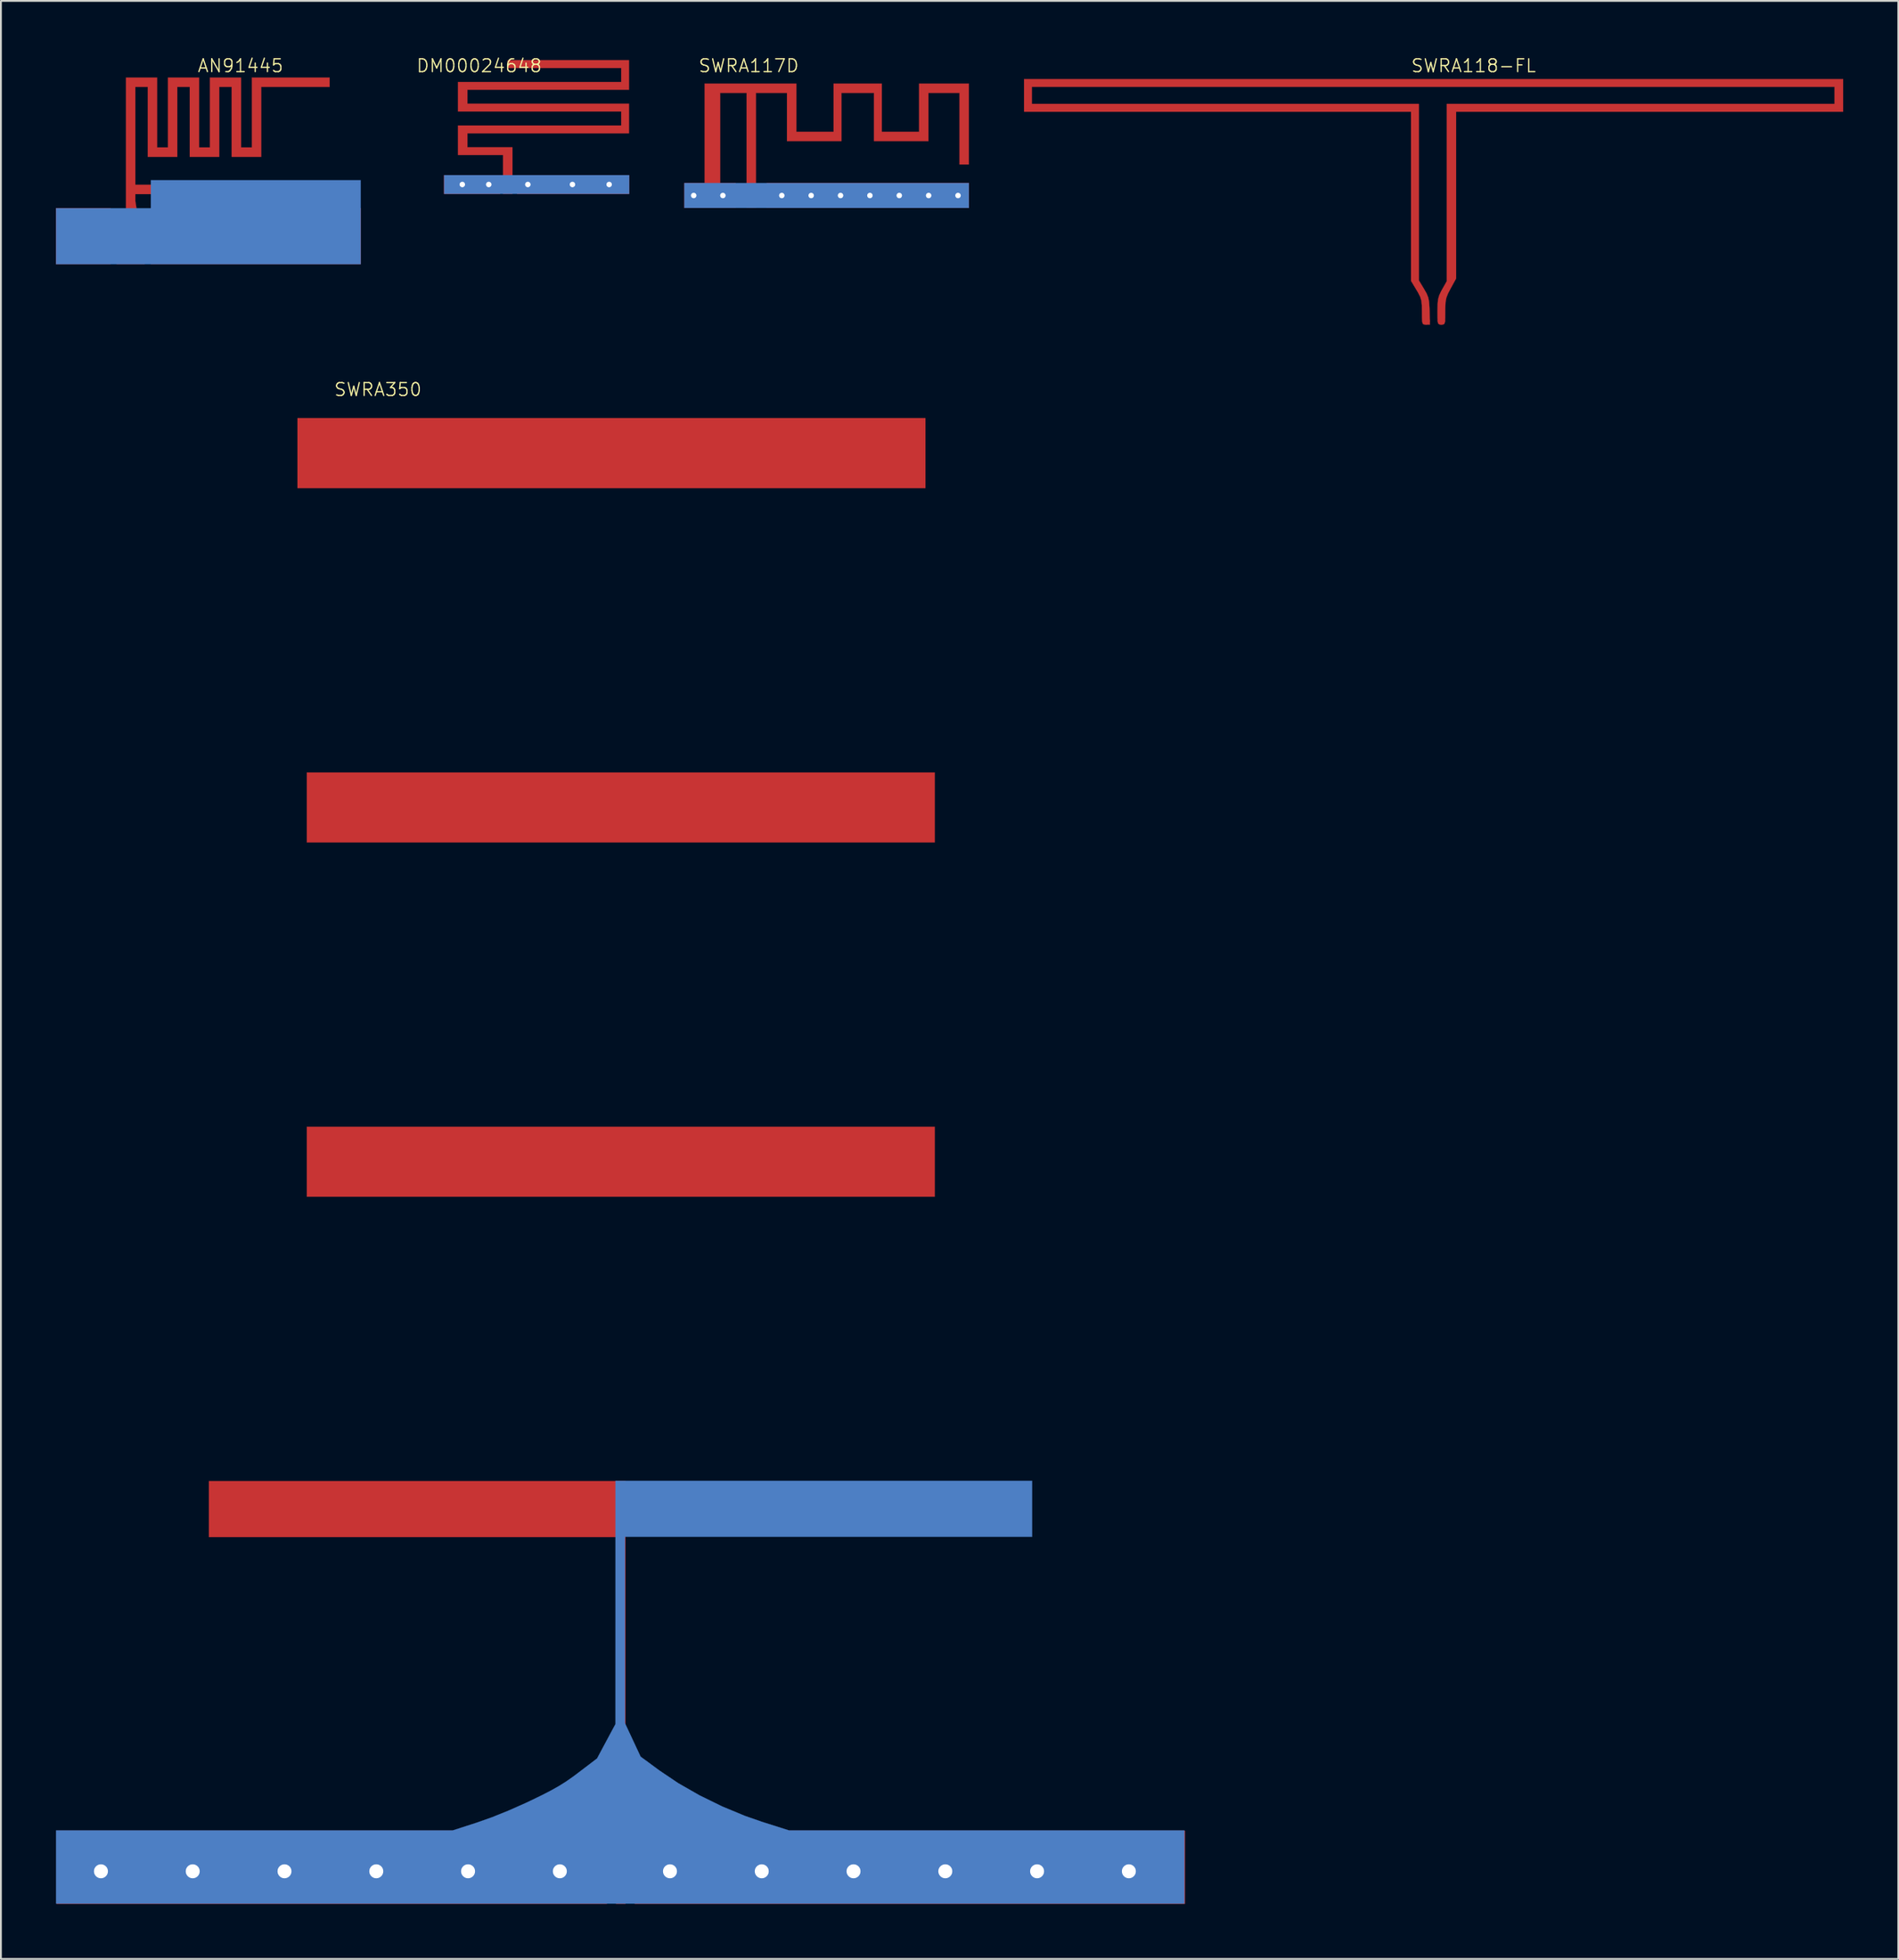
<source format=kicad_pcb>
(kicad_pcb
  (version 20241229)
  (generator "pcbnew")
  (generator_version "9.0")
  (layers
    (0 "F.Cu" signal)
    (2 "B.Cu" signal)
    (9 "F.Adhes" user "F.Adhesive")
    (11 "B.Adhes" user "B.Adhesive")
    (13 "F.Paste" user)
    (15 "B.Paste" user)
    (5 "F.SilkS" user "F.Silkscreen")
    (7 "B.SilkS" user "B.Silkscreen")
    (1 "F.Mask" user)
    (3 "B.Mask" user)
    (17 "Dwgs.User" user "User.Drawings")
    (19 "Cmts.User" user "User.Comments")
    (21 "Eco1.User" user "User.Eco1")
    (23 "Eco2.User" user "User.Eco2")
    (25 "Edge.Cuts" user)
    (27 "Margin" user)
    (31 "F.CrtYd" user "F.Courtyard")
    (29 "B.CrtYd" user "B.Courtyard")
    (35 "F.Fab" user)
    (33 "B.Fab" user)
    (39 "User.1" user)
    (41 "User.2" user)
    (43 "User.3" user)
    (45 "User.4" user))
  (footprint "SWRA117D"
    (layer "F.Cu")
    (at 41.941 4.892)
    (property "Reference" "SWRA117D" (at -4.2 -4.36 0) (layer "F.SilkS") (effects (font (size 0.7 0.7) (thickness 0.07))))
    (attr through_hole)
    (fp_poly (pts (xy 7.789 3.387) (xy -3.217 3.387) (xy -3.217 2.032) (xy 7.789 2.032) (xy 7.789 3.387)) (stroke (width 0.01) (type solid)) (fill yes) (layer "F.Cu"))
    (fp_poly (pts (xy -1.609 -0.762) (xy 0.423 -0.762) (xy 0.423 -3.387) (xy 3.048 -3.387) (xy 3.048 -0.762) (xy 5.08 -0.762) (xy 5.08 -3.387) (xy 7.789 -3.387) (xy 7.789 1.016) (xy 7.281 1.016) (xy 7.281 -2.879) (xy 5.588 -2.879) (xy 5.588 -0.254) (xy 2.625 -0.254) (xy 2.625 -2.879) (xy 0.847 -2.879) (xy 0.847 -0.254) (xy -2.117 -0.254) (xy -2.117 -2.879) (xy -3.81 -2.879) (xy -3.81 3.387) (xy -4.318 3.387) (xy -4.318 -2.879) (xy -5.757 -2.879) (xy -5.757 2.032) (xy -4.911 2.032) (xy -4.911 3.387) (xy -7.705 3.387) (xy -7.705 2.032) (xy -6.604 2.032) (xy -6.604 -3.387) (xy -1.609 -3.387) (xy -1.609 -0.762)) (stroke (width 0.01) (type solid)) (fill yes) (layer "F.Cu"))
    (fp_poly (pts (xy 7.789 3.387) (xy -7.705 3.387) (xy -7.705 2.033) (xy 7.789 2.033) (xy 7.789 3.387)) (stroke (width 0.01) (type solid)) (fill yes) (layer "B.Cu"))
    (pad "" thru_hole circle (at -7.2 2.71) (size 0.5 0.5) (drill 0.3) (layers "*.Cu" "*.Mask"))
    (pad "" thru_hole circle (at -5.61 2.71) (size 0.5 0.5) (drill 0.3) (layers "*.Cu" "*.Mask"))
    (pad "" thru_hole circle (at -0.8 2.71) (size 0.5 0.5) (drill 0.3) (layers "*.Cu" "*.Mask"))
    (pad "" thru_hole circle (at 0.8 2.71) (size 0.5 0.5) (drill 0.3) (layers "*.Cu" "*.Mask"))
    (pad "" thru_hole circle (at 2.4 2.71) (size 0.5 0.5) (drill 0.3) (layers "*.Cu" "*.Mask"))
    (pad "" thru_hole circle (at 4 2.71) (size 0.5 0.5) (drill 0.3) (layers "*.Cu" "*.Mask"))
    (pad "" thru_hole circle (at 5.6 2.71) (size 0.5 0.5) (drill 0.3) (layers "*.Cu" "*.Mask"))
    (pad "" thru_hole circle (at 7.2 2.71) (size 0.5 0.5) (drill 0.3) (layers "*.Cu" "*.Mask"))
    (pad "1" smd circle (at -4.06 3.18) (size 0.4 0.4) (layers "F.Cu" "F.Paste"))
    (pad "2" thru_hole circle (at -2.4 2.71) (size 0.5 0.5) (drill 0.3) (layers "*.Cu" "*.Mask")))
  (footprint "SWRA118-FL"
    (layer "F.Cu")
    (at 74.33 8.032)
    (property "Reference" "SWRA118-FL" (at 2.9 -7.5 0) (layer "F.SilkS") (effects (font (size 0.7 0.7) (thickness 0.07))))
    (attr through_hole)
    (fp_poly (pts (xy 23.029 -4.995) (xy 1.947 -4.995) (xy 1.947 4.092) (xy 1.651 4.631) (xy 1.502 4.916) (xy 1.414 5.146) (xy 1.37 5.386) (xy 1.356 5.7) (xy 1.355 5.887) (xy 1.353 6.235) (xy 1.34 6.447) (xy 1.307 6.557) (xy 1.244 6.598) (xy 1.143 6.604) (xy 1.041 6.598) (xy 0.979 6.556) (xy 0.946 6.447) (xy 0.933 6.236) (xy 0.931 5.89) (xy 0.931 5.87) (xy 0.938 5.492) (xy 0.965 5.225) (xy 1.025 5.008) (xy 1.132 4.783) (xy 1.185 4.686) (xy 1.439 4.236) (xy 1.439 -5.419) (xy 22.564 -5.419) (xy 22.564 -6.35) (xy -21.167 -6.35) (xy -21.167 -5.419) (xy -0.085 -5.419) (xy -0.084 -0.614) (xy -0.084 4.191) (xy 0.199 4.661) (xy 0.341 4.911) (xy 0.427 5.125) (xy 0.474 5.362) (xy 0.495 5.681) (xy 0.501 5.868) (xy 0.518 6.604) (xy 0.302 6.604) (xy 0.195 6.598) (xy 0.131 6.556) (xy 0.098 6.445) (xy 0.086 6.23) (xy 0.084 5.905) (xy 0.079 5.544) (xy 0.051 5.289) (xy -0.015 5.078) (xy -0.134 4.847) (xy -0.212 4.716) (xy -0.508 4.225) (xy -0.508 -4.995) (xy -21.59 -4.995) (xy -21.59 -6.773) (xy 23.029 -6.773) (xy 23.029 -4.995)) (stroke (width 0.01) (type solid)) (fill yes) (layer "F.Cu"))
    (pad "1" smd circle (at 1.14 6.4) (size 0.4 0.4) (layers "F.Cu" "F.Paste"))
    (pad "2" smd circle (at 0.31 6.4) (size 0.4 0.4) (layers "F.Cu" "F.Paste")))
  (footprint "DM00024648"
    (layer "F.Cu")
    (at 26.136 3.872)
    (property "Reference" "DM00024648" (at -3.08 -3.34 0) (layer "F.SilkS") (effects (font (size 0.7 0.7) (thickness 0.07))))
    (attr through_hole)
    (fp_poly (pts (xy -1.947 3.641) (xy -4.995 3.641) (xy -4.995 2.625) (xy -1.947 2.625) (xy -1.947 3.641)) (stroke (width 0.01) (type solid)) (fill yes) (layer "F.Cu"))
    (fp_poly (pts (xy 5.08 3.641) (xy -1.016 3.641) (xy -1.016 2.625) (xy 5.08 2.625) (xy 5.08 3.641)) (stroke (width 0.01) (type solid)) (fill yes) (layer "F.Cu"))
    (fp_poly (pts (xy 5.08 -2.032) (xy -3.725 -2.032) (xy -3.725 -1.27) (xy 5.08 -1.27) (xy 5.08 0.339) (xy -3.725 0.339) (xy -3.725 1.101) (xy -1.27 1.101) (xy -1.27 3.641) (xy -1.778 3.641) (xy -1.778 1.524) (xy -4.233 1.524) (xy -4.233 -0.085) (xy 4.657 -0.085) (xy 4.657 -0.847) (xy -4.233 -0.847) (xy -4.233 -2.455) (xy 4.657 -2.455) (xy 4.657 -3.217) (xy -1.524 -3.217) (xy -1.524 -3.641) (xy 5.08 -3.641) (xy 5.08 -2.032)) (stroke (width 0.01) (type solid)) (fill yes) (layer "F.Cu"))
    (fp_poly (pts (xy 5.09 3.638) (xy -4.985 3.638) (xy -4.985 2.622) (xy 5.09 2.622) (xy 5.09 3.638)) (stroke (width 0.01) (type solid)) (fill yes) (layer "B.Cu"))
    (pad "" thru_hole circle (at -4 3.13) (size 0.4 0.4) (drill 0.3) (layers "*.Cu" "*.Mask"))
    (pad "" thru_hole circle (at -0.43 3.13) (size 0.4 0.4) (drill 0.3) (layers "*.Cu" "*.Mask"))
    (pad "" thru_hole circle (at 2 3.13) (size 0.4 0.4) (drill 0.3) (layers "*.Cu" "*.Mask"))
    (pad "" thru_hole circle (at 4 3.13) (size 0.4 0.4) (drill 0.3) (layers "*.Cu" "*.Mask"))
    (pad "1" smd circle (at -1.52 3.41) (size 0.4 0.4) (layers "F.Cu" "F.Paste"))
    (pad "2" thru_hole circle (at -2.56 3.13) (size 0.4 0.4) (drill 0.3) (layers "*.Cu" "*.Mask")))
  (footprint "SWRA350"
    (layer "F.Cu")
    (at 30.449 60.904)
    (property "Reference" "SWRA350" (at -12.91 -42.73 0) (layer "F.SilkS") (effects (font (size 0.7 0.7) (thickness 0.07))))
    (attr through_hole)
    (fp_poly (pts (xy -0.442 39.771) (xy -30.414 39.771) (xy -30.414 35.791) (xy -0.442 35.791) (xy -0.442 39.771)) (stroke (width 0.01) (type solid)) (fill yes) (layer "F.Cu"))
    (fp_poly (pts (xy 16.915 -37.361) (xy -17.291 -37.361) (xy -17.291 -41.171) (xy 16.915 -41.171) (xy 16.915 -37.361)) (stroke (width 0.01) (type solid)) (fill yes) (layer "F.Cu"))
    (fp_poly (pts (xy 17.423 -18.057) (xy -16.783 -18.057) (xy -16.783 -21.867) (xy 17.423 -21.867) (xy 17.423 -18.057)) (stroke (width 0.01) (type solid)) (fill yes) (layer "F.Cu"))
    (fp_poly (pts (xy 17.423 1.247) (xy -16.783 1.247) (xy -16.783 -2.563) (xy 17.423 -2.563) (xy 17.423 1.247)) (stroke (width 0.01) (type solid)) (fill yes) (layer "F.Cu"))
    (fp_poly (pts (xy 31.054 39.771) (xy 1.082 39.771) (xy 1.082 35.791) (xy 31.054 35.791) (xy 31.054 39.771)) (stroke (width 0.01) (type solid)) (fill yes) (layer "F.Cu"))
    (fp_poly (pts (xy 0.574 39.771) (xy 0.066 39.771) (xy 0.066 19.789) (xy -22.117 19.789) (xy -22.117 16.741) (xy 0.574 16.741) (xy 0.574 39.771)) (stroke (width 0.01) (type solid)) (fill yes) (layer "F.Cu"))
    (fp_poly (pts (xy 22.727 19.773) (xy 0.544 19.773) (xy 0.544 29.923) (xy 0.972 30.838) (xy 1.4 31.754) (xy 2.422 32.506) (xy 3.453 33.2) (xy 4.606 33.86) (xy 5.833 34.462) (xy 7.086 34.983) (xy 8.002 35.302) (xy 9.492 35.775) (xy 31.024 35.775) (xy 31.024 39.755) (xy -30.444 39.755) (xy -30.444 35.775) (xy -8.841 35.775) (xy -7.514 35.346) (xy -6.699 35.058) (xy -5.8 34.696) (xy -4.871 34.284) (xy -4.578 34.146) (xy -3.959 33.845) (xy -3.458 33.586) (xy -3.035 33.347) (xy -2.654 33.107) (xy -2.274 32.841) (xy -1.971 32.614) (xy -0.972 31.852) (xy -0.47 30.914) (xy 0.033 29.976) (xy 0.035 23.351) (xy 0.036 16.725) (xy 22.727 16.725) (xy 22.727 19.773)) (stroke (width 0.01) (type solid)) (fill yes) (layer "B.Cu"))
    (pad "" thru_hole circle (at -28 38) (size 1.524 1.524) (drill 0.762) (layers "*.Cu" "*.Mask"))
    (pad "" thru_hole circle (at -23 38) (size 1.524 1.524) (drill 0.762) (layers "*.Cu" "*.Mask"))
    (pad "" thru_hole circle (at -18 38) (size 1.524 1.524) (drill 0.762) (layers "*.Cu" "*.Mask"))
    (pad "" thru_hole circle (at -13 38) (size 1.524 1.524) (drill 0.762) (layers "*.Cu" "*.Mask"))
    (pad "" thru_hole circle (at -8 38) (size 1.524 1.524) (drill 0.762) (layers "*.Cu" "*.Mask"))
    (pad "" thru_hole circle (at -3 38) (size 1.524 1.524) (drill 0.762) (layers "*.Cu" "*.Mask"))
    (pad "" thru_hole circle (at 3 38) (size 1.524 1.524) (drill 0.762) (layers "*.Cu" "*.Mask"))
    (pad "" thru_hole circle (at 8 38) (size 1.524 1.524) (drill 0.762) (layers "*.Cu" "*.Mask"))
    (pad "" thru_hole circle (at 13 38) (size 1.524 1.524) (drill 0.762) (layers "*.Cu" "*.Mask"))
    (pad "" thru_hole circle (at 18 38) (size 1.524 1.524) (drill 0.762) (layers "*.Cu" "*.Mask"))
    (pad "" thru_hole circle (at 23 38) (size 1.524 1.524) (drill 0.762) (layers "*.Cu" "*.Mask"))
    (pad "" thru_hole circle (at 28 38) (size 1.524 1.524) (drill 0.762) (layers "*.Cu" "*.Mask")))
  (footprint "AN91445"
    (layer "F.Cu")
    (at 8.302 6.257)
    (property "Reference" "AN91445" (at 1.75 -5.725 0) (layer "F.SilkS") (effects (font (size 0.7 0.7) (thickness 0.07))))
    (attr through_hole)
    (fp_poly (pts (xy -5.334 5.08) (xy -8.297 5.08) (xy -8.297 2.032) (xy -5.334 2.032) (xy -5.334 5.08)) (stroke (width 0.01) (type solid)) (fill yes) (layer "F.Cu"))
    (fp_poly (pts (xy 8.297 5.08) (xy -3.133 5.08) (xy -3.133 2.032) (xy 8.297 2.032) (xy 8.297 5.08)) (stroke (width 0.01) (type solid)) (fill yes) (layer "F.Cu"))
    (fp_poly (pts (xy -2.794 -1.27) (xy -2.201 -1.27) (xy -2.201 -5.08) (xy -0.508 -5.08) (xy -0.508 -1.27) (xy 0.085 -1.27) (xy 0.085 -5.08) (xy 1.778 -5.08) (xy 1.778 -1.27) (xy 2.371 -1.27) (xy 2.371 -5.08) (xy 6.604 -5.08) (xy 6.604 -4.572) (xy 2.879 -4.572) (xy 2.879 -0.762) (xy 1.27 -0.762) (xy 1.27 -4.572) (xy 0.593 -4.572) (xy 0.593 -0.762) (xy -1.016 -0.762) (xy -1.016 -4.572) (xy -1.693 -4.572) (xy -1.693 -0.762) (xy -3.302 -0.762) (xy -3.302 -4.572) (xy -3.979 -4.572) (xy -3.979 0.762) (xy 2.963 0.762) (xy 2.963 1.27) (xy -3.979 1.27) (xy -3.979 1.653) (xy -3.908 2.095) (xy -3.725 2.54) (xy -3.617 2.765) (xy -3.545 2.958) (xy -3.501 3.163) (xy -3.48 3.425) (xy -3.472 3.785) (xy -3.471 4.062) (xy -3.471 5.08) (xy -4.995 5.08) (xy -4.995 4.104) (xy -4.992 3.673) (xy -4.978 3.365) (xy -4.946 3.135) (xy -4.886 2.937) (xy -4.792 2.726) (xy -4.741 2.625) (xy -4.487 2.121) (xy -4.487 -5.08) (xy -2.794 -5.08) (xy -2.794 -1.27)) (stroke (width 0.01) (type solid)) (fill yes) (layer "F.Cu"))
    (fp_poly (pts (xy 8.297 5.086) (xy -8.297 5.086) (xy -8.297 2.038) (xy -3.133 2.038) (xy -3.133 0.514) (xy 8.297 0.514) (xy 8.297 5.086)) (stroke (width 0.01) (type solid)) (fill yes) (layer "B.Cu"))
    (pad "1" smd circle (at -4.225 4.525) (size 1 1) (layers "F.Cu" "F.Paste"))
    (pad "2" smd circle (at -6 4.525) (size 1 1) (layers "F.Cu" "F.Paste")))
  (gr_rect
    (start -3 -3)
    (end 100.365 103.679)
    (stroke (width 0.1) (type default))
    (fill no)
    (layer "Edge.Cuts")))
</source>
